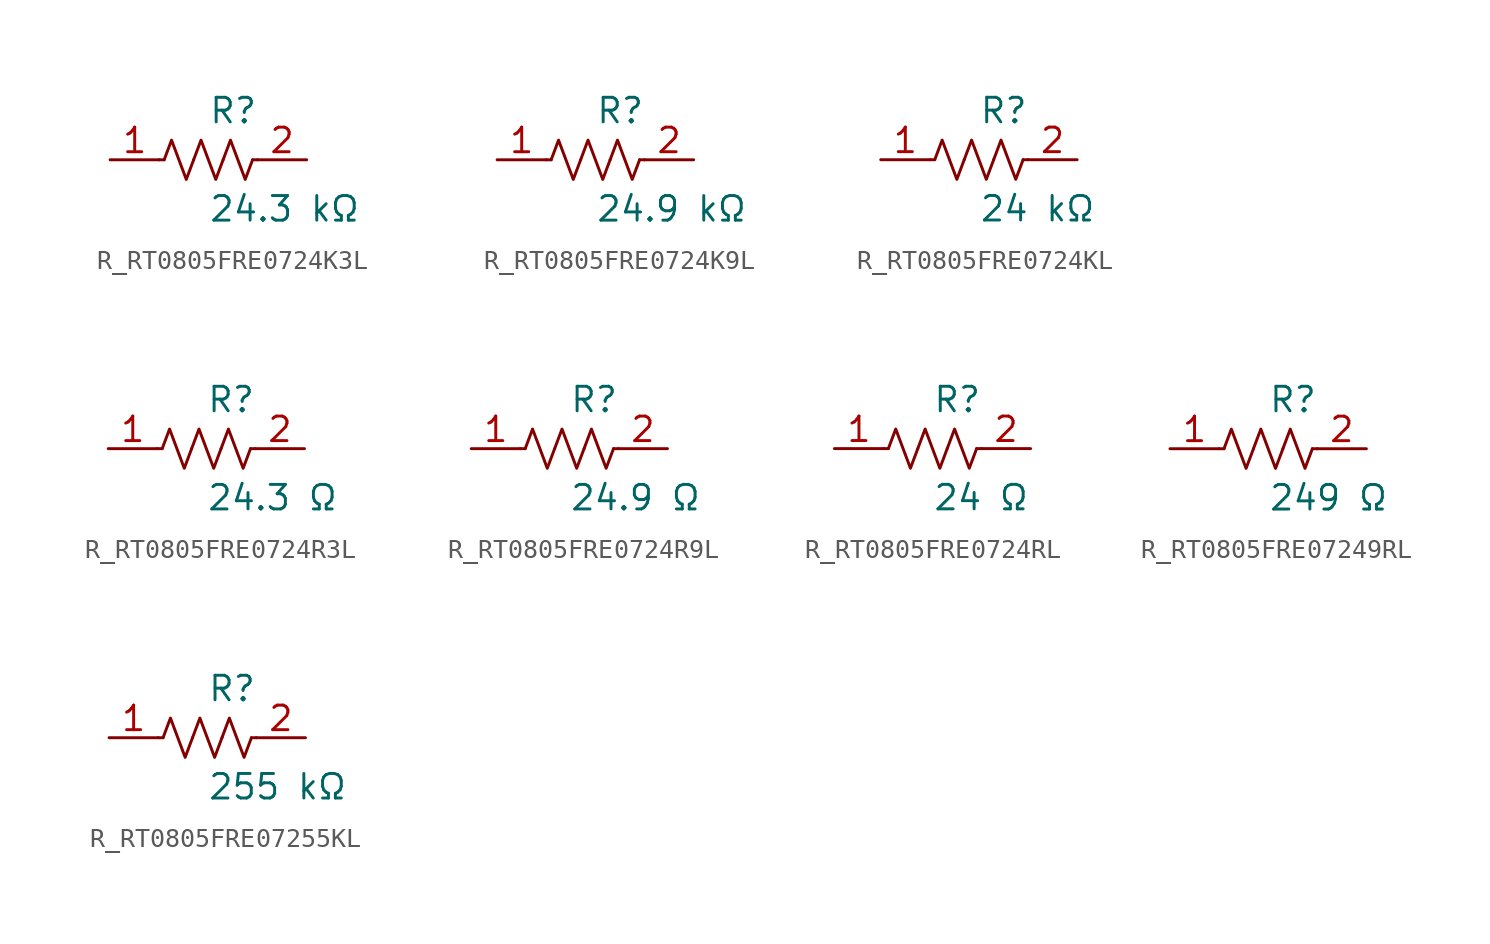
<source format=kicad_sym>
(kicad_symbol_lib
  (version 20231120)
  (generator kicad_symbol_editor)
  (generator_version 8.0)
  (symbol "R_RT0805FRE0724K3L"
    (pin_names
      (offset 0.254))
    (property "Reference" "R"
      (at 0 2.54 0)
      (effects (font (size 1.27 1.27)) (justify left)))
    (property "Value" "24.3 kΩ"
      (at 0 -2.54 0)
      (effects (font (size 1.27 1.27)) (justify left)))
    (symbol "R_RT0805FRE0724K3L_0_1"
      (polyline (pts (xy 2.286 0) (xy 2.54 0)) (stroke (width 0) (type default)) (fill (type none)))
      (polyline (pts (xy -2.286 0) (xy -2.54 0)) (stroke (width 0) (type default)) (fill (type none)))
      (polyline (pts (xy 0.762 0) (xy 1.143 1.016) (xy 1.524 0) (xy 1.905 -1.016) (xy 2.286 0)) (stroke (width 0) (type default)) (fill (type none)))
      (polyline (pts (xy -0.762 0) (xy -0.381 1.016) (xy 0 0) (xy 0.381 -1.016) (xy 0.762 0)) (stroke (width 0) (type default)) (fill (type none)))
      (polyline (pts (xy -2.286 0) (xy -1.905 1.016) (xy -1.524 0) (xy -1.143 -1.016) (xy -0.762 0)) (stroke (width 0) (type default)) (fill (type none))))
    (pin passive line
      (at -5.08 0 0)
      (length 2.54)
      (name "" (effects (font (size 1.27 1.27))))
      (number "1" (effects (font (size 1.27 1.27)))))
    (pin passive line
      (at 5.08 0 180)
      (length 2.54)
      (name "" (effects (font (size 1.27 1.27))))
      (number "2" (effects (font (size 1.27 1.27))))))
  (symbol "R_RT0805FRE0724K9L"
    (pin_names
      (offset 0.254))
    (property "Reference" "R"
      (at 0 2.54 0)
      (effects (font (size 1.27 1.27)) (justify left)))
    (property "Value" "24.9 kΩ"
      (at 0 -2.54 0)
      (effects (font (size 1.27 1.27)) (justify left)))
    (symbol "R_RT0805FRE0724K9L_0_1"
      (polyline (pts (xy 2.286 0) (xy 2.54 0)) (stroke (width 0) (type default)) (fill (type none)))
      (polyline (pts (xy -2.286 0) (xy -2.54 0)) (stroke (width 0) (type default)) (fill (type none)))
      (polyline (pts (xy 0.762 0) (xy 1.143 1.016) (xy 1.524 0) (xy 1.905 -1.016) (xy 2.286 0)) (stroke (width 0) (type default)) (fill (type none)))
      (polyline (pts (xy -0.762 0) (xy -0.381 1.016) (xy 0 0) (xy 0.381 -1.016) (xy 0.762 0)) (stroke (width 0) (type default)) (fill (type none)))
      (polyline (pts (xy -2.286 0) (xy -1.905 1.016) (xy -1.524 0) (xy -1.143 -1.016) (xy -0.762 0)) (stroke (width 0) (type default)) (fill (type none))))
    (pin passive line
      (at -5.08 0 0)
      (length 2.54)
      (name "" (effects (font (size 1.27 1.27))))
      (number "1" (effects (font (size 1.27 1.27)))))
    (pin passive line
      (at 5.08 0 180)
      (length 2.54)
      (name "" (effects (font (size 1.27 1.27))))
      (number "2" (effects (font (size 1.27 1.27))))))
  (symbol "R_RT0805FRE0724KL"
    (pin_names
      (offset 0.254))
    (property "Reference" "R"
      (at 0 2.54 0)
      (effects (font (size 1.27 1.27)) (justify left)))
    (property "Value" "24 kΩ"
      (at 0 -2.54 0)
      (effects (font (size 1.27 1.27)) (justify left)))
    (symbol "R_RT0805FRE0724KL_0_1"
      (polyline (pts (xy 2.286 0) (xy 2.54 0)) (stroke (width 0) (type default)) (fill (type none)))
      (polyline (pts (xy -2.286 0) (xy -2.54 0)) (stroke (width 0) (type default)) (fill (type none)))
      (polyline (pts (xy 0.762 0) (xy 1.143 1.016) (xy 1.524 0) (xy 1.905 -1.016) (xy 2.286 0)) (stroke (width 0) (type default)) (fill (type none)))
      (polyline (pts (xy -0.762 0) (xy -0.381 1.016) (xy 0 0) (xy 0.381 -1.016) (xy 0.762 0)) (stroke (width 0) (type default)) (fill (type none)))
      (polyline (pts (xy -2.286 0) (xy -1.905 1.016) (xy -1.524 0) (xy -1.143 -1.016) (xy -0.762 0)) (stroke (width 0) (type default)) (fill (type none))))
    (pin passive line
      (at -5.08 0 0)
      (length 2.54)
      (name "" (effects (font (size 1.27 1.27))))
      (number "1" (effects (font (size 1.27 1.27)))))
    (pin passive line
      (at 5.08 0 180)
      (length 2.54)
      (name "" (effects (font (size 1.27 1.27))))
      (number "2" (effects (font (size 1.27 1.27))))))
  (symbol "R_RT0805FRE0724R3L"
    (pin_names
      (offset 0.254))
    (property "Reference" "R"
      (at 0 2.54 0)
      (effects (font (size 1.27 1.27)) (justify left)))
    (property "Value" "24.3 Ω"
      (at 0 -2.54 0)
      (effects (font (size 1.27 1.27)) (justify left)))
    (symbol "R_RT0805FRE0724R3L_0_1"
      (polyline (pts (xy 2.286 0) (xy 2.54 0)) (stroke (width 0) (type default)) (fill (type none)))
      (polyline (pts (xy -2.286 0) (xy -2.54 0)) (stroke (width 0) (type default)) (fill (type none)))
      (polyline (pts (xy 0.762 0) (xy 1.143 1.016) (xy 1.524 0) (xy 1.905 -1.016) (xy 2.286 0)) (stroke (width 0) (type default)) (fill (type none)))
      (polyline (pts (xy -0.762 0) (xy -0.381 1.016) (xy 0 0) (xy 0.381 -1.016) (xy 0.762 0)) (stroke (width 0) (type default)) (fill (type none)))
      (polyline (pts (xy -2.286 0) (xy -1.905 1.016) (xy -1.524 0) (xy -1.143 -1.016) (xy -0.762 0)) (stroke (width 0) (type default)) (fill (type none))))
    (pin passive line
      (at -5.08 0 0)
      (length 2.54)
      (name "" (effects (font (size 1.27 1.27))))
      (number "1" (effects (font (size 1.27 1.27)))))
    (pin passive line
      (at 5.08 0 180)
      (length 2.54)
      (name "" (effects (font (size 1.27 1.27))))
      (number "2" (effects (font (size 1.27 1.27))))))
  (symbol "R_RT0805FRE0724R9L"
    (pin_names
      (offset 0.254))
    (property "Reference" "R"
      (at 0 2.54 0)
      (effects (font (size 1.27 1.27)) (justify left)))
    (property "Value" "24.9 Ω"
      (at 0 -2.54 0)
      (effects (font (size 1.27 1.27)) (justify left)))
    (symbol "R_RT0805FRE0724R9L_0_1"
      (polyline (pts (xy 2.286 0) (xy 2.54 0)) (stroke (width 0) (type default)) (fill (type none)))
      (polyline (pts (xy -2.286 0) (xy -2.54 0)) (stroke (width 0) (type default)) (fill (type none)))
      (polyline (pts (xy 0.762 0) (xy 1.143 1.016) (xy 1.524 0) (xy 1.905 -1.016) (xy 2.286 0)) (stroke (width 0) (type default)) (fill (type none)))
      (polyline (pts (xy -0.762 0) (xy -0.381 1.016) (xy 0 0) (xy 0.381 -1.016) (xy 0.762 0)) (stroke (width 0) (type default)) (fill (type none)))
      (polyline (pts (xy -2.286 0) (xy -1.905 1.016) (xy -1.524 0) (xy -1.143 -1.016) (xy -0.762 0)) (stroke (width 0) (type default)) (fill (type none))))
    (pin passive line
      (at -5.08 0 0)
      (length 2.54)
      (name "" (effects (font (size 1.27 1.27))))
      (number "1" (effects (font (size 1.27 1.27)))))
    (pin passive line
      (at 5.08 0 180)
      (length 2.54)
      (name "" (effects (font (size 1.27 1.27))))
      (number "2" (effects (font (size 1.27 1.27))))))
  (symbol "R_RT0805FRE0724RL"
    (pin_names
      (offset 0.254))
    (property "Reference" "R"
      (at 0 2.54 0)
      (effects (font (size 1.27 1.27)) (justify left)))
    (property "Value" "24 Ω"
      (at 0 -2.54 0)
      (effects (font (size 1.27 1.27)) (justify left)))
    (symbol "R_RT0805FRE0724RL_0_1"
      (polyline (pts (xy 2.286 0) (xy 2.54 0)) (stroke (width 0) (type default)) (fill (type none)))
      (polyline (pts (xy -2.286 0) (xy -2.54 0)) (stroke (width 0) (type default)) (fill (type none)))
      (polyline (pts (xy 0.762 0) (xy 1.143 1.016) (xy 1.524 0) (xy 1.905 -1.016) (xy 2.286 0)) (stroke (width 0) (type default)) (fill (type none)))
      (polyline (pts (xy -0.762 0) (xy -0.381 1.016) (xy 0 0) (xy 0.381 -1.016) (xy 0.762 0)) (stroke (width 0) (type default)) (fill (type none)))
      (polyline (pts (xy -2.286 0) (xy -1.905 1.016) (xy -1.524 0) (xy -1.143 -1.016) (xy -0.762 0)) (stroke (width 0) (type default)) (fill (type none))))
    (pin passive line
      (at -5.08 0 0)
      (length 2.54)
      (name "" (effects (font (size 1.27 1.27))))
      (number "1" (effects (font (size 1.27 1.27)))))
    (pin passive line
      (at 5.08 0 180)
      (length 2.54)
      (name "" (effects (font (size 1.27 1.27))))
      (number "2" (effects (font (size 1.27 1.27))))))
  (symbol "R_RT0805FRE07249RL"
    (pin_names
      (offset 0.254))
    (property "Reference" "R"
      (at 0 2.54 0)
      (effects (font (size 1.27 1.27)) (justify left)))
    (property "Value" "249 Ω"
      (at 0 -2.54 0)
      (effects (font (size 1.27 1.27)) (justify left)))
    (symbol "R_RT0805FRE07249RL_0_1"
      (polyline (pts (xy 2.286 0) (xy 2.54 0)) (stroke (width 0) (type default)) (fill (type none)))
      (polyline (pts (xy -2.286 0) (xy -2.54 0)) (stroke (width 0) (type default)) (fill (type none)))
      (polyline (pts (xy 0.762 0) (xy 1.143 1.016) (xy 1.524 0) (xy 1.905 -1.016) (xy 2.286 0)) (stroke (width 0) (type default)) (fill (type none)))
      (polyline (pts (xy -0.762 0) (xy -0.381 1.016) (xy 0 0) (xy 0.381 -1.016) (xy 0.762 0)) (stroke (width 0) (type default)) (fill (type none)))
      (polyline (pts (xy -2.286 0) (xy -1.905 1.016) (xy -1.524 0) (xy -1.143 -1.016) (xy -0.762 0)) (stroke (width 0) (type default)) (fill (type none))))
    (pin passive line
      (at -5.08 0 0)
      (length 2.54)
      (name "" (effects (font (size 1.27 1.27))))
      (number "1" (effects (font (size 1.27 1.27)))))
    (pin passive line
      (at 5.08 0 180)
      (length 2.54)
      (name "" (effects (font (size 1.27 1.27))))
      (number "2" (effects (font (size 1.27 1.27))))))
  (symbol "R_RT0805FRE07255KL"
    (pin_names
      (offset 0.254))
    (property "Reference" "R"
      (at 0 2.54 0)
      (effects (font (size 1.27 1.27)) (justify left)))
    (property "Value" "255 kΩ"
      (at 0 -2.54 0)
      (effects (font (size 1.27 1.27)) (justify left)))
    (symbol "R_RT0805FRE07255KL_0_1"
      (polyline (pts (xy 2.286 0) (xy 2.54 0)) (stroke (width 0) (type default)) (fill (type none)))
      (polyline (pts (xy -2.286 0) (xy -2.54 0)) (stroke (width 0) (type default)) (fill (type none)))
      (polyline (pts (xy 0.762 0) (xy 1.143 1.016) (xy 1.524 0) (xy 1.905 -1.016) (xy 2.286 0)) (stroke (width 0) (type default)) (fill (type none)))
      (polyline (pts (xy -0.762 0) (xy -0.381 1.016) (xy 0 0) (xy 0.381 -1.016) (xy 0.762 0)) (stroke (width 0) (type default)) (fill (type none)))
      (polyline (pts (xy -2.286 0) (xy -1.905 1.016) (xy -1.524 0) (xy -1.143 -1.016) (xy -0.762 0)) (stroke (width 0) (type default)) (fill (type none))))
    (pin passive line
      (at -5.08 0 0)
      (length 2.54)
      (name "" (effects (font (size 1.27 1.27))))
      (number "1" (effects (font (size 1.27 1.27)))))
    (pin passive line
      (at 5.08 0 180)
      (length 2.54)
      (name "" (effects (font (size 1.27 1.27))))
      (number "2" (effects (font (size 1.27 1.27)))))))
</source>
